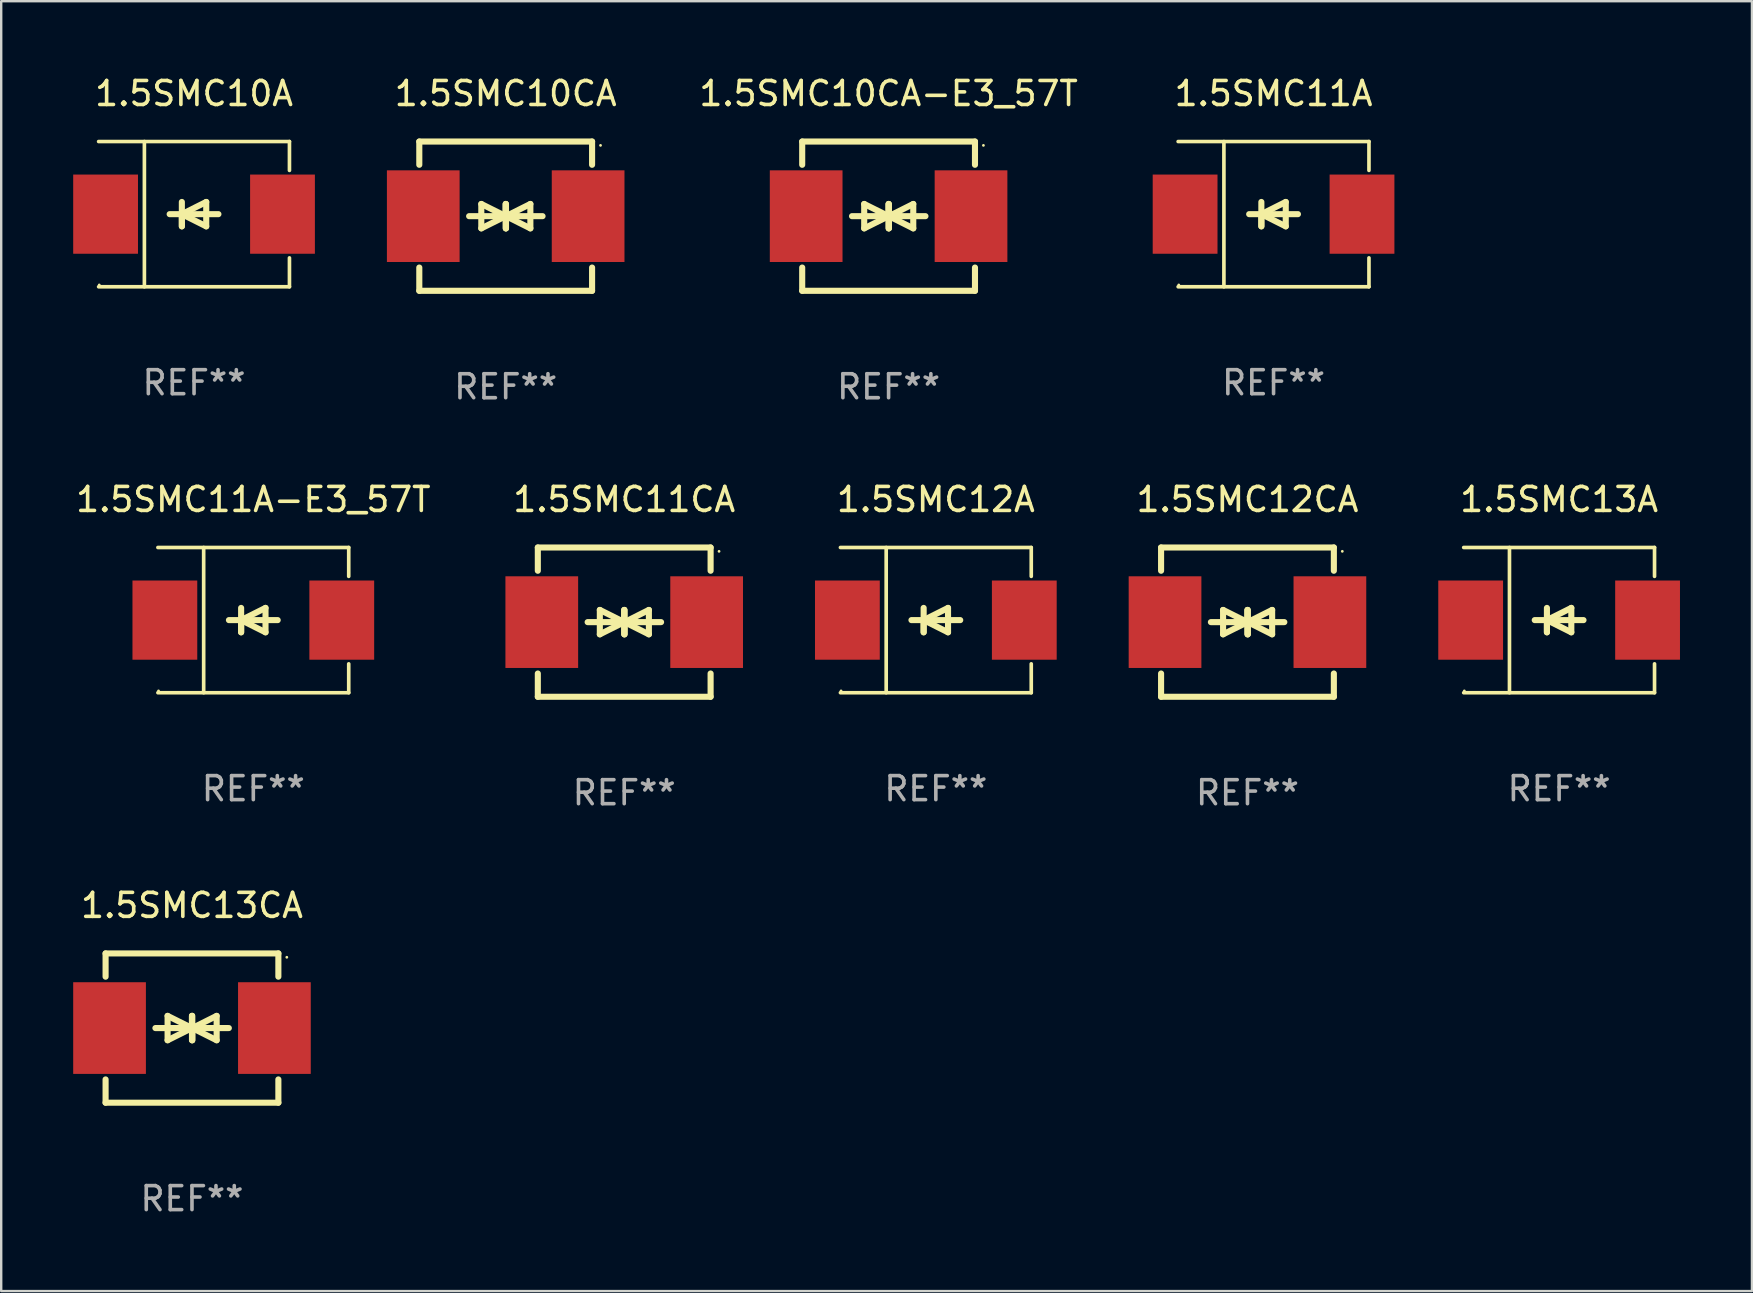
<source format=kicad_pcb>
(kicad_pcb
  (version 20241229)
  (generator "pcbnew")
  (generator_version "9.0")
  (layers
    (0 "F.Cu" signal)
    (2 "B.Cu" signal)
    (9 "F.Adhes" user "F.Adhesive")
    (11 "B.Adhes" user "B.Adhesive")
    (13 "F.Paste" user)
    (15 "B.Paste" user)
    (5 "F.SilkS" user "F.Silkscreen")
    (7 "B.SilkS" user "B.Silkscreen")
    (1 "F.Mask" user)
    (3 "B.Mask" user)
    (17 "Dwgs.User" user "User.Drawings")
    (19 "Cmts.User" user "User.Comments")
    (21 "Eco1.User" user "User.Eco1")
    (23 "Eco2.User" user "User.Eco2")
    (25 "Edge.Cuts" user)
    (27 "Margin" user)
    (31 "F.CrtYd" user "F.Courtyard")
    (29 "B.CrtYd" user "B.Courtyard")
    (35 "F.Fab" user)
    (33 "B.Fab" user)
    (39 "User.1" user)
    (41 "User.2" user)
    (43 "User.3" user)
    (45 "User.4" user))
  (footprint "1.5SMC10A"
    (layer "F.Cu")
    (at 5.036 5.874)
    (property "Reference" "1.5SMC10A" (at 0 -5.026 0) (layer "F.SilkS") (effects (font (size 1 1) (thickness 0.15))))
    (attr through_hole)
    (fp_line (start -3.976 -3.026) (end 3.976 -3.026) (stroke (width 0.152) (type solid)) (layer "F.SilkS"))
    (fp_line (start -3.976 3.026) (end 3.976 3.026) (stroke (width 0.152) (type solid)) (layer "F.SilkS"))
    (fp_line (start -2.069 -3.026) (end -2.069 3.026) (stroke (width 0.152) (type solid)) (layer "F.SilkS"))
    (fp_line (start -0.508 0) (end -0.508 0.508) (stroke (width 0.254) (type solid)) (layer "F.SilkS"))
    (fp_line (start -0.508 0) (end 0.508 0.508) (stroke (width 0.254) (type solid)) (layer "F.SilkS"))
    (fp_line (start -0.508 0.508) (end -0.508 -0.508) (stroke (width 0.254) (type solid)) (layer "F.SilkS"))
    (fp_line (start 0.508 -0.508) (end -0.508 0) (stroke (width 0.254) (type solid)) (layer "F.SilkS"))
    (fp_line (start 0.508 0.508) (end 0.508 -0.508) (stroke (width 0.254) (type solid)) (layer "F.SilkS"))
    (fp_line (start 1.016 0) (end -1.016 0) (stroke (width 0.254) (type solid)) (layer "F.SilkS"))
    (fp_line (start 3.976 -3.026) (end 3.976 -1.823) (stroke (width 0.152) (type solid)) (layer "F.SilkS"))
    (fp_line (start 3.976 3.026) (end 3.976 1.823) (stroke (width 0.152) (type solid)) (layer "F.SilkS"))
    (fp_circle (center -3.95 2.95) (end -3.92 2.95) (stroke (width 0.06) (type solid)) (fill no) (layer "F.SilkS"))
    (fp_text user "REF**" (at 0 7.026 0) (layer "F.Fab") (effects (font (size 1 1) (thickness 0.15))))
    (pad "1" smd rect (at -3.686 0) (size 2.7 3.3) (layers "F.Cu" "F.Mask" "F.Paste"))
    (pad "2" smd rect (at 3.686 0) (size 2.7 3.3) (layers "F.Cu" "F.Mask" "F.Paste")))
  (footprint "1.5SMC10CA-E3_57T"
    (layer "F.Cu")
    (at 33.979 5.958)
    (property "Reference" "1.5SMC10CA-E3_57T" (at 0 -5.11 0) (layer "F.SilkS") (effects (font (size 1 1) (thickness 0.15))))
    (attr through_hole)
    (fp_line (start -3.6 -2.141) (end -3.6 -3.11) (stroke (width 0.254) (type solid)) (layer "F.SilkS"))
    (fp_line (start -3.6 3.11) (end -3.6 2.141) (stroke (width 0.254) (type solid)) (layer "F.SilkS"))
    (fp_line (start -1.524 0) (end 0.508 0) (stroke (width 0.254) (type solid)) (layer "F.SilkS"))
    (fp_line (start -1.016 -0.508) (end -1.016 0.508) (stroke (width 0.254) (type solid)) (layer "F.SilkS"))
    (fp_line (start -1.016 0.508) (end 0 0) (stroke (width 0.254) (type solid)) (layer "F.SilkS"))
    (fp_line (start 0 -0.508) (end 0 0.508) (stroke (width 0.254) (type solid)) (layer "F.SilkS"))
    (fp_line (start 0 0) (end -1.016 -0.508) (stroke (width 0.254) (type solid)) (layer "F.SilkS"))
    (fp_line (start 0 0) (end 0 -0.508) (stroke (width 0.254) (type solid)) (layer "F.SilkS"))
    (fp_line (start 0.012 0) (end 0.012 0.508) (stroke (width 0.254) (type solid)) (layer "F.SilkS"))
    (fp_line (start 0.012 0) (end 1.028 0.508) (stroke (width 0.254) (type solid)) (layer "F.SilkS"))
    (fp_line (start 0.012 0.508) (end 0.012 -0.508) (stroke (width 0.254) (type solid)) (layer "F.SilkS"))
    (fp_line (start 1.028 -0.508) (end 0.012 0) (stroke (width 0.254) (type solid)) (layer "F.SilkS"))
    (fp_line (start 1.028 0.508) (end 1.028 -0.508) (stroke (width 0.254) (type solid)) (layer "F.SilkS"))
    (fp_line (start 1.536 0) (end -0.496 0) (stroke (width 0.254) (type solid)) (layer "F.SilkS"))
    (fp_line (start 3.6 -3.11) (end -3.6 -3.11) (stroke (width 0.254) (type solid)) (layer "F.SilkS"))
    (fp_line (start 3.6 -2.141) (end 3.6 -3.11) (stroke (width 0.254) (type solid)) (layer "F.SilkS"))
    (fp_line (start 3.6 3.11) (end -3.6 3.11) (stroke (width 0.254) (type solid)) (layer "F.SilkS"))
    (fp_line (start 3.6 3.11) (end 3.6 2.141) (stroke (width 0.254) (type solid)) (layer "F.SilkS"))
    (fp_circle (center 3.952 -2.95) (end 3.982 -2.95) (stroke (width 0.06) (type solid)) (fill no) (layer "F.SilkS"))
    (fp_text user "REF**" (at 0 7.11 0) (layer "F.Fab") (effects (font (size 1 1) (thickness 0.15))))
    (pad "1" smd rect (at 3.435 0) (size 3.03 3.82) (layers "F.Cu" "F.Mask" "F.Paste"))
    (pad "2" smd rect (at -3.435 0) (size 3.03 3.82) (layers "F.Cu" "F.Mask" "F.Paste")))
  (footprint "1.5SMC10CA"
    (layer "F.Cu")
    (at 18.023 5.958)
    (property "Reference" "1.5SMC10CA" (at 0 -5.11 0) (layer "F.SilkS") (effects (font (size 1 1) (thickness 0.15))))
    (attr through_hole)
    (fp_line (start -3.6 -2.141) (end -3.6 -3.11) (stroke (width 0.254) (type solid)) (layer "F.SilkS"))
    (fp_line (start -3.6 3.11) (end -3.6 2.141) (stroke (width 0.254) (type solid)) (layer "F.SilkS"))
    (fp_line (start -1.524 0) (end 0.508 0) (stroke (width 0.254) (type solid)) (layer "F.SilkS"))
    (fp_line (start -1.016 -0.508) (end -1.016 0.508) (stroke (width 0.254) (type solid)) (layer "F.SilkS"))
    (fp_line (start -1.016 0.508) (end 0 0) (stroke (width 0.254) (type solid)) (layer "F.SilkS"))
    (fp_line (start 0 -0.508) (end 0 0.508) (stroke (width 0.254) (type solid)) (layer "F.SilkS"))
    (fp_line (start 0 0) (end -1.016 -0.508) (stroke (width 0.254) (type solid)) (layer "F.SilkS"))
    (fp_line (start 0 0) (end 0 -0.508) (stroke (width 0.254) (type solid)) (layer "F.SilkS"))
    (fp_line (start 0.012 0) (end 0.012 0.508) (stroke (width 0.254) (type solid)) (layer "F.SilkS"))
    (fp_line (start 0.012 0) (end 1.028 0.508) (stroke (width 0.254) (type solid)) (layer "F.SilkS"))
    (fp_line (start 0.012 0.508) (end 0.012 -0.508) (stroke (width 0.254) (type solid)) (layer "F.SilkS"))
    (fp_line (start 1.028 -0.508) (end 0.012 0) (stroke (width 0.254) (type solid)) (layer "F.SilkS"))
    (fp_line (start 1.028 0.508) (end 1.028 -0.508) (stroke (width 0.254) (type solid)) (layer "F.SilkS"))
    (fp_line (start 1.536 0) (end -0.496 0) (stroke (width 0.254) (type solid)) (layer "F.SilkS"))
    (fp_line (start 3.6 -3.11) (end -3.6 -3.11) (stroke (width 0.254) (type solid)) (layer "F.SilkS"))
    (fp_line (start 3.6 -2.141) (end 3.6 -3.11) (stroke (width 0.254) (type solid)) (layer "F.SilkS"))
    (fp_line (start 3.6 3.11) (end -3.6 3.11) (stroke (width 0.254) (type solid)) (layer "F.SilkS"))
    (fp_line (start 3.6 3.11) (end 3.6 2.141) (stroke (width 0.254) (type solid)) (layer "F.SilkS"))
    (fp_circle (center 3.952 -2.95) (end 3.982 -2.95) (stroke (width 0.06) (type solid)) (fill no) (layer "F.SilkS"))
    (fp_text user "REF**" (at 0 7.11 0) (layer "F.Fab") (effects (font (size 1 1) (thickness 0.15))))
    (pad "1" smd rect (at 3.435 0) (size 3.03 3.82) (layers "F.Cu" "F.Mask" "F.Paste"))
    (pad "2" smd rect (at -3.435 0) (size 3.03 3.82) (layers "F.Cu" "F.Mask" "F.Paste")))
  (footprint "1.5SMC11A"
    (layer "F.Cu")
    (at 50.021 5.874)
    (property "Reference" "1.5SMC11A" (at 0 -5.026 0) (layer "F.SilkS") (effects (font (size 1 1) (thickness 0.15))))
    (attr through_hole)
    (fp_line (start -3.976 -3.026) (end 3.976 -3.026) (stroke (width 0.152) (type solid)) (layer "F.SilkS"))
    (fp_line (start -3.976 3.026) (end 3.976 3.026) (stroke (width 0.152) (type solid)) (layer "F.SilkS"))
    (fp_line (start -2.069 -3.026) (end -2.069 3.026) (stroke (width 0.152) (type solid)) (layer "F.SilkS"))
    (fp_line (start -0.508 0) (end -0.508 0.508) (stroke (width 0.254) (type solid)) (layer "F.SilkS"))
    (fp_line (start -0.508 0) (end 0.508 0.508) (stroke (width 0.254) (type solid)) (layer "F.SilkS"))
    (fp_line (start -0.508 0.508) (end -0.508 -0.508) (stroke (width 0.254) (type solid)) (layer "F.SilkS"))
    (fp_line (start 0.508 -0.508) (end -0.508 0) (stroke (width 0.254) (type solid)) (layer "F.SilkS"))
    (fp_line (start 0.508 0.508) (end 0.508 -0.508) (stroke (width 0.254) (type solid)) (layer "F.SilkS"))
    (fp_line (start 1.016 0) (end -1.016 0) (stroke (width 0.254) (type solid)) (layer "F.SilkS"))
    (fp_line (start 3.976 -3.026) (end 3.976 -1.823) (stroke (width 0.152) (type solid)) (layer "F.SilkS"))
    (fp_line (start 3.976 3.026) (end 3.976 1.823) (stroke (width 0.152) (type solid)) (layer "F.SilkS"))
    (fp_circle (center -3.95 2.95) (end -3.92 2.95) (stroke (width 0.06) (type solid)) (fill no) (layer "F.SilkS"))
    (fp_text user "REF**" (at 0 7.026 0) (layer "F.Fab") (effects (font (size 1 1) (thickness 0.15))))
    (pad "1" smd rect (at -3.686 0) (size 2.7 3.3) (layers "F.Cu" "F.Mask" "F.Paste"))
    (pad "2" smd rect (at 3.686 0) (size 2.7 3.3) (layers "F.Cu" "F.Mask" "F.Paste")))
  (footprint "1.5SMC11CA"
    (layer "F.Cu")
    (at 22.962 22.875)
    (property "Reference" "1.5SMC11CA" (at 0 -5.11 0) (layer "F.SilkS") (effects (font (size 1 1) (thickness 0.15))))
    (attr through_hole)
    (fp_line (start -3.6 -2.141) (end -3.6 -3.11) (stroke (width 0.254) (type solid)) (layer "F.SilkS"))
    (fp_line (start -3.6 3.11) (end -3.6 2.141) (stroke (width 0.254) (type solid)) (layer "F.SilkS"))
    (fp_line (start -1.524 0) (end 0.508 0) (stroke (width 0.254) (type solid)) (layer "F.SilkS"))
    (fp_line (start -1.016 -0.508) (end -1.016 0.508) (stroke (width 0.254) (type solid)) (layer "F.SilkS"))
    (fp_line (start -1.016 0.508) (end 0 0) (stroke (width 0.254) (type solid)) (layer "F.SilkS"))
    (fp_line (start 0 -0.508) (end 0 0.508) (stroke (width 0.254) (type solid)) (layer "F.SilkS"))
    (fp_line (start 0 0) (end -1.016 -0.508) (stroke (width 0.254) (type solid)) (layer "F.SilkS"))
    (fp_line (start 0 0) (end 0 -0.508) (stroke (width 0.254) (type solid)) (layer "F.SilkS"))
    (fp_line (start 0.012 0) (end 0.012 0.508) (stroke (width 0.254) (type solid)) (layer "F.SilkS"))
    (fp_line (start 0.012 0) (end 1.028 0.508) (stroke (width 0.254) (type solid)) (layer "F.SilkS"))
    (fp_line (start 0.012 0.508) (end 0.012 -0.508) (stroke (width 0.254) (type solid)) (layer "F.SilkS"))
    (fp_line (start 1.028 -0.508) (end 0.012 0) (stroke (width 0.254) (type solid)) (layer "F.SilkS"))
    (fp_line (start 1.028 0.508) (end 1.028 -0.508) (stroke (width 0.254) (type solid)) (layer "F.SilkS"))
    (fp_line (start 1.536 0) (end -0.496 0) (stroke (width 0.254) (type solid)) (layer "F.SilkS"))
    (fp_line (start 3.6 -3.11) (end -3.6 -3.11) (stroke (width 0.254) (type solid)) (layer "F.SilkS"))
    (fp_line (start 3.6 -2.141) (end 3.6 -3.11) (stroke (width 0.254) (type solid)) (layer "F.SilkS"))
    (fp_line (start 3.6 3.11) (end -3.6 3.11) (stroke (width 0.254) (type solid)) (layer "F.SilkS"))
    (fp_line (start 3.6 3.11) (end 3.6 2.141) (stroke (width 0.254) (type solid)) (layer "F.SilkS"))
    (fp_circle (center 3.952 -2.95) (end 3.982 -2.95) (stroke (width 0.06) (type solid)) (fill no) (layer "F.SilkS"))
    (fp_text user "REF**" (at 0 7.11 0) (layer "F.Fab") (effects (font (size 1 1) (thickness 0.15))))
    (pad "1" smd rect (at 3.435 0) (size 3.03 3.82) (layers "F.Cu" "F.Mask" "F.Paste"))
    (pad "2" smd rect (at -3.435 0) (size 3.03 3.82) (layers "F.Cu" "F.Mask" "F.Paste")))
  (footprint "1.5SMC12CA"
    (layer "F.Cu")
    (at 48.934 22.875)
    (property "Reference" "1.5SMC12CA" (at 0 -5.11 0) (layer "F.SilkS") (effects (font (size 1 1) (thickness 0.15))))
    (attr through_hole)
    (fp_line (start -3.6 -2.141) (end -3.6 -3.11) (stroke (width 0.254) (type solid)) (layer "F.SilkS"))
    (fp_line (start -3.6 3.11) (end -3.6 2.141) (stroke (width 0.254) (type solid)) (layer "F.SilkS"))
    (fp_line (start -1.524 0) (end 0.508 0) (stroke (width 0.254) (type solid)) (layer "F.SilkS"))
    (fp_line (start -1.016 -0.508) (end -1.016 0.508) (stroke (width 0.254) (type solid)) (layer "F.SilkS"))
    (fp_line (start -1.016 0.508) (end 0 0) (stroke (width 0.254) (type solid)) (layer "F.SilkS"))
    (fp_line (start 0 -0.508) (end 0 0.508) (stroke (width 0.254) (type solid)) (layer "F.SilkS"))
    (fp_line (start 0 0) (end -1.016 -0.508) (stroke (width 0.254) (type solid)) (layer "F.SilkS"))
    (fp_line (start 0 0) (end 0 -0.508) (stroke (width 0.254) (type solid)) (layer "F.SilkS"))
    (fp_line (start 0.012 0) (end 0.012 0.508) (stroke (width 0.254) (type solid)) (layer "F.SilkS"))
    (fp_line (start 0.012 0) (end 1.028 0.508) (stroke (width 0.254) (type solid)) (layer "F.SilkS"))
    (fp_line (start 0.012 0.508) (end 0.012 -0.508) (stroke (width 0.254) (type solid)) (layer "F.SilkS"))
    (fp_line (start 1.028 -0.508) (end 0.012 0) (stroke (width 0.254) (type solid)) (layer "F.SilkS"))
    (fp_line (start 1.028 0.508) (end 1.028 -0.508) (stroke (width 0.254) (type solid)) (layer "F.SilkS"))
    (fp_line (start 1.536 0) (end -0.496 0) (stroke (width 0.254) (type solid)) (layer "F.SilkS"))
    (fp_line (start 3.6 -3.11) (end -3.6 -3.11) (stroke (width 0.254) (type solid)) (layer "F.SilkS"))
    (fp_line (start 3.6 -2.141) (end 3.6 -3.11) (stroke (width 0.254) (type solid)) (layer "F.SilkS"))
    (fp_line (start 3.6 3.11) (end -3.6 3.11) (stroke (width 0.254) (type solid)) (layer "F.SilkS"))
    (fp_line (start 3.6 3.11) (end 3.6 2.141) (stroke (width 0.254) (type solid)) (layer "F.SilkS"))
    (fp_circle (center 3.952 -2.95) (end 3.982 -2.95) (stroke (width 0.06) (type solid)) (fill no) (layer "F.SilkS"))
    (fp_text user "REF**" (at 0 7.11 0) (layer "F.Fab") (effects (font (size 1 1) (thickness 0.15))))
    (pad "1" smd rect (at 3.435 0) (size 3.03 3.82) (layers "F.Cu" "F.Mask" "F.Paste"))
    (pad "2" smd rect (at -3.435 0) (size 3.03 3.82) (layers "F.Cu" "F.Mask" "F.Paste")))
  (footprint "1.5SMC13CA"
    (layer "F.Cu")
    (at 4.95 39.791)
    (property "Reference" "1.5SMC13CA" (at 0 -5.11 0) (layer "F.SilkS") (effects (font (size 1 1) (thickness 0.15))))
    (attr through_hole)
    (fp_line (start -3.6 -2.141) (end -3.6 -3.11) (stroke (width 0.254) (type solid)) (layer "F.SilkS"))
    (fp_line (start -3.6 3.11) (end -3.6 2.141) (stroke (width 0.254) (type solid)) (layer "F.SilkS"))
    (fp_line (start -1.524 0) (end 0.508 0) (stroke (width 0.254) (type solid)) (layer "F.SilkS"))
    (fp_line (start -1.016 -0.508) (end -1.016 0.508) (stroke (width 0.254) (type solid)) (layer "F.SilkS"))
    (fp_line (start -1.016 0.508) (end 0 0) (stroke (width 0.254) (type solid)) (layer "F.SilkS"))
    (fp_line (start 0 -0.508) (end 0 0.508) (stroke (width 0.254) (type solid)) (layer "F.SilkS"))
    (fp_line (start 0 0) (end -1.016 -0.508) (stroke (width 0.254) (type solid)) (layer "F.SilkS"))
    (fp_line (start 0 0) (end 0 -0.508) (stroke (width 0.254) (type solid)) (layer "F.SilkS"))
    (fp_line (start 0.012 0) (end 0.012 0.508) (stroke (width 0.254) (type solid)) (layer "F.SilkS"))
    (fp_line (start 0.012 0) (end 1.028 0.508) (stroke (width 0.254) (type solid)) (layer "F.SilkS"))
    (fp_line (start 0.012 0.508) (end 0.012 -0.508) (stroke (width 0.254) (type solid)) (layer "F.SilkS"))
    (fp_line (start 1.028 -0.508) (end 0.012 0) (stroke (width 0.254) (type solid)) (layer "F.SilkS"))
    (fp_line (start 1.028 0.508) (end 1.028 -0.508) (stroke (width 0.254) (type solid)) (layer "F.SilkS"))
    (fp_line (start 1.536 0) (end -0.496 0) (stroke (width 0.254) (type solid)) (layer "F.SilkS"))
    (fp_line (start 3.6 -3.11) (end -3.6 -3.11) (stroke (width 0.254) (type solid)) (layer "F.SilkS"))
    (fp_line (start 3.6 -2.141) (end 3.6 -3.11) (stroke (width 0.254) (type solid)) (layer "F.SilkS"))
    (fp_line (start 3.6 3.11) (end -3.6 3.11) (stroke (width 0.254) (type solid)) (layer "F.SilkS"))
    (fp_line (start 3.6 3.11) (end 3.6 2.141) (stroke (width 0.254) (type solid)) (layer "F.SilkS"))
    (fp_circle (center 3.952 -2.95) (end 3.982 -2.95) (stroke (width 0.06) (type solid)) (fill no) (layer "F.SilkS"))
    (fp_text user "REF**" (at 0 7.11 0) (layer "F.Fab") (effects (font (size 1 1) (thickness 0.15))))
    (pad "1" smd rect (at 3.435 0) (size 3.03 3.82) (layers "F.Cu" "F.Mask" "F.Paste"))
    (pad "2" smd rect (at -3.435 0) (size 3.03 3.82) (layers "F.Cu" "F.Mask" "F.Paste")))
  (footprint "1.5SMC12A"
    (layer "F.Cu")
    (at 35.948 22.791)
    (property "Reference" "1.5SMC12A" (at 0 -5.026 0) (layer "F.SilkS") (effects (font (size 1 1) (thickness 0.15))))
    (attr through_hole)
    (fp_line (start -3.976 -3.026) (end 3.976 -3.026) (stroke (width 0.152) (type solid)) (layer "F.SilkS"))
    (fp_line (start -3.976 3.026) (end 3.976 3.026) (stroke (width 0.152) (type solid)) (layer "F.SilkS"))
    (fp_line (start -2.069 -3.026) (end -2.069 3.026) (stroke (width 0.152) (type solid)) (layer "F.SilkS"))
    (fp_line (start -0.508 0) (end -0.508 0.508) (stroke (width 0.254) (type solid)) (layer "F.SilkS"))
    (fp_line (start -0.508 0) (end 0.508 0.508) (stroke (width 0.254) (type solid)) (layer "F.SilkS"))
    (fp_line (start -0.508 0.508) (end -0.508 -0.508) (stroke (width 0.254) (type solid)) (layer "F.SilkS"))
    (fp_line (start 0.508 -0.508) (end -0.508 0) (stroke (width 0.254) (type solid)) (layer "F.SilkS"))
    (fp_line (start 0.508 0.508) (end 0.508 -0.508) (stroke (width 0.254) (type solid)) (layer "F.SilkS"))
    (fp_line (start 1.016 0) (end -1.016 0) (stroke (width 0.254) (type solid)) (layer "F.SilkS"))
    (fp_line (start 3.976 -3.026) (end 3.976 -1.823) (stroke (width 0.152) (type solid)) (layer "F.SilkS"))
    (fp_line (start 3.976 3.026) (end 3.976 1.823) (stroke (width 0.152) (type solid)) (layer "F.SilkS"))
    (fp_circle (center -3.95 2.95) (end -3.92 2.95) (stroke (width 0.06) (type solid)) (fill no) (layer "F.SilkS"))
    (fp_text user "REF**" (at 0 7.026 0) (layer "F.Fab") (effects (font (size 1 1) (thickness 0.15))))
    (pad "1" smd rect (at -3.686 0) (size 2.7 3.3) (layers "F.Cu" "F.Mask" "F.Paste"))
    (pad "2" smd rect (at 3.686 0) (size 2.7 3.3) (layers "F.Cu" "F.Mask" "F.Paste")))
  (footprint "1.5SMC11A-E3_57T"
    (layer "F.Cu")
    (at 7.506 22.791)
    (property "Reference" "1.5SMC11A-E3_57T" (at 0 -5.026 0) (layer "F.SilkS") (effects (font (size 1 1) (thickness 0.15))))
    (attr through_hole)
    (fp_line (start -3.976 -3.026) (end 3.976 -3.026) (stroke (width 0.152) (type solid)) (layer "F.SilkS"))
    (fp_line (start -3.976 3.026) (end 3.976 3.026) (stroke (width 0.152) (type solid)) (layer "F.SilkS"))
    (fp_line (start -2.069 -3.026) (end -2.069 3.026) (stroke (width 0.152) (type solid)) (layer "F.SilkS"))
    (fp_line (start -0.508 0) (end -0.508 0.508) (stroke (width 0.254) (type solid)) (layer "F.SilkS"))
    (fp_line (start -0.508 0) (end 0.508 0.508) (stroke (width 0.254) (type solid)) (layer "F.SilkS"))
    (fp_line (start -0.508 0.508) (end -0.508 -0.508) (stroke (width 0.254) (type solid)) (layer "F.SilkS"))
    (fp_line (start 0.508 -0.508) (end -0.508 0) (stroke (width 0.254) (type solid)) (layer "F.SilkS"))
    (fp_line (start 0.508 0.508) (end 0.508 -0.508) (stroke (width 0.254) (type solid)) (layer "F.SilkS"))
    (fp_line (start 1.016 0) (end -1.016 0) (stroke (width 0.254) (type solid)) (layer "F.SilkS"))
    (fp_line (start 3.976 -3.026) (end 3.976 -1.823) (stroke (width 0.152) (type solid)) (layer "F.SilkS"))
    (fp_line (start 3.976 3.026) (end 3.976 1.823) (stroke (width 0.152) (type solid)) (layer "F.SilkS"))
    (fp_circle (center -3.95 2.95) (end -3.92 2.95) (stroke (width 0.06) (type solid)) (fill no) (layer "F.SilkS"))
    (fp_text user "REF**" (at 0 7.026 0) (layer "F.Fab") (effects (font (size 1 1) (thickness 0.15))))
    (pad "1" smd rect (at -3.686 0) (size 2.7 3.3) (layers "F.Cu" "F.Mask" "F.Paste"))
    (pad "2" smd rect (at 3.686 0) (size 2.7 3.3) (layers "F.Cu" "F.Mask" "F.Paste")))
  (footprint "1.5SMC13A"
    (layer "F.Cu")
    (at 61.921 22.791)
    (property "Reference" "1.5SMC13A" (at 0 -5.026 0) (layer "F.SilkS") (effects (font (size 1 1) (thickness 0.15))))
    (attr through_hole)
    (fp_line (start -3.976 -3.026) (end 3.976 -3.026) (stroke (width 0.152) (type solid)) (layer "F.SilkS"))
    (fp_line (start -3.976 3.026) (end 3.976 3.026) (stroke (width 0.152) (type solid)) (layer "F.SilkS"))
    (fp_line (start -2.069 -3.026) (end -2.069 3.026) (stroke (width 0.152) (type solid)) (layer "F.SilkS"))
    (fp_line (start -0.508 0) (end -0.508 0.508) (stroke (width 0.254) (type solid)) (layer "F.SilkS"))
    (fp_line (start -0.508 0) (end 0.508 0.508) (stroke (width 0.254) (type solid)) (layer "F.SilkS"))
    (fp_line (start -0.508 0.508) (end -0.508 -0.508) (stroke (width 0.254) (type solid)) (layer "F.SilkS"))
    (fp_line (start 0.508 -0.508) (end -0.508 0) (stroke (width 0.254) (type solid)) (layer "F.SilkS"))
    (fp_line (start 0.508 0.508) (end 0.508 -0.508) (stroke (width 0.254) (type solid)) (layer "F.SilkS"))
    (fp_line (start 1.016 0) (end -1.016 0) (stroke (width 0.254) (type solid)) (layer "F.SilkS"))
    (fp_line (start 3.976 -3.026) (end 3.976 -1.823) (stroke (width 0.152) (type solid)) (layer "F.SilkS"))
    (fp_line (start 3.976 3.026) (end 3.976 1.823) (stroke (width 0.152) (type solid)) (layer "F.SilkS"))
    (fp_circle (center -3.95 2.95) (end -3.92 2.95) (stroke (width 0.06) (type solid)) (fill no) (layer "F.SilkS"))
    (fp_text user "REF**" (at 0 7.026 0) (layer "F.Fab") (effects (font (size 1 1) (thickness 0.15))))
    (pad "1" smd rect (at -3.686 0) (size 2.7 3.3) (layers "F.Cu" "F.Mask" "F.Paste"))
    (pad "2" smd rect (at 3.686 0) (size 2.7 3.3) (layers "F.Cu" "F.Mask" "F.Paste")))
  (gr_rect
    (start -3 -3)
    (end 69.957 50.75)
    (stroke (width 0.1) (type default))
    (fill no)
    (layer "Edge.Cuts")))
</source>
